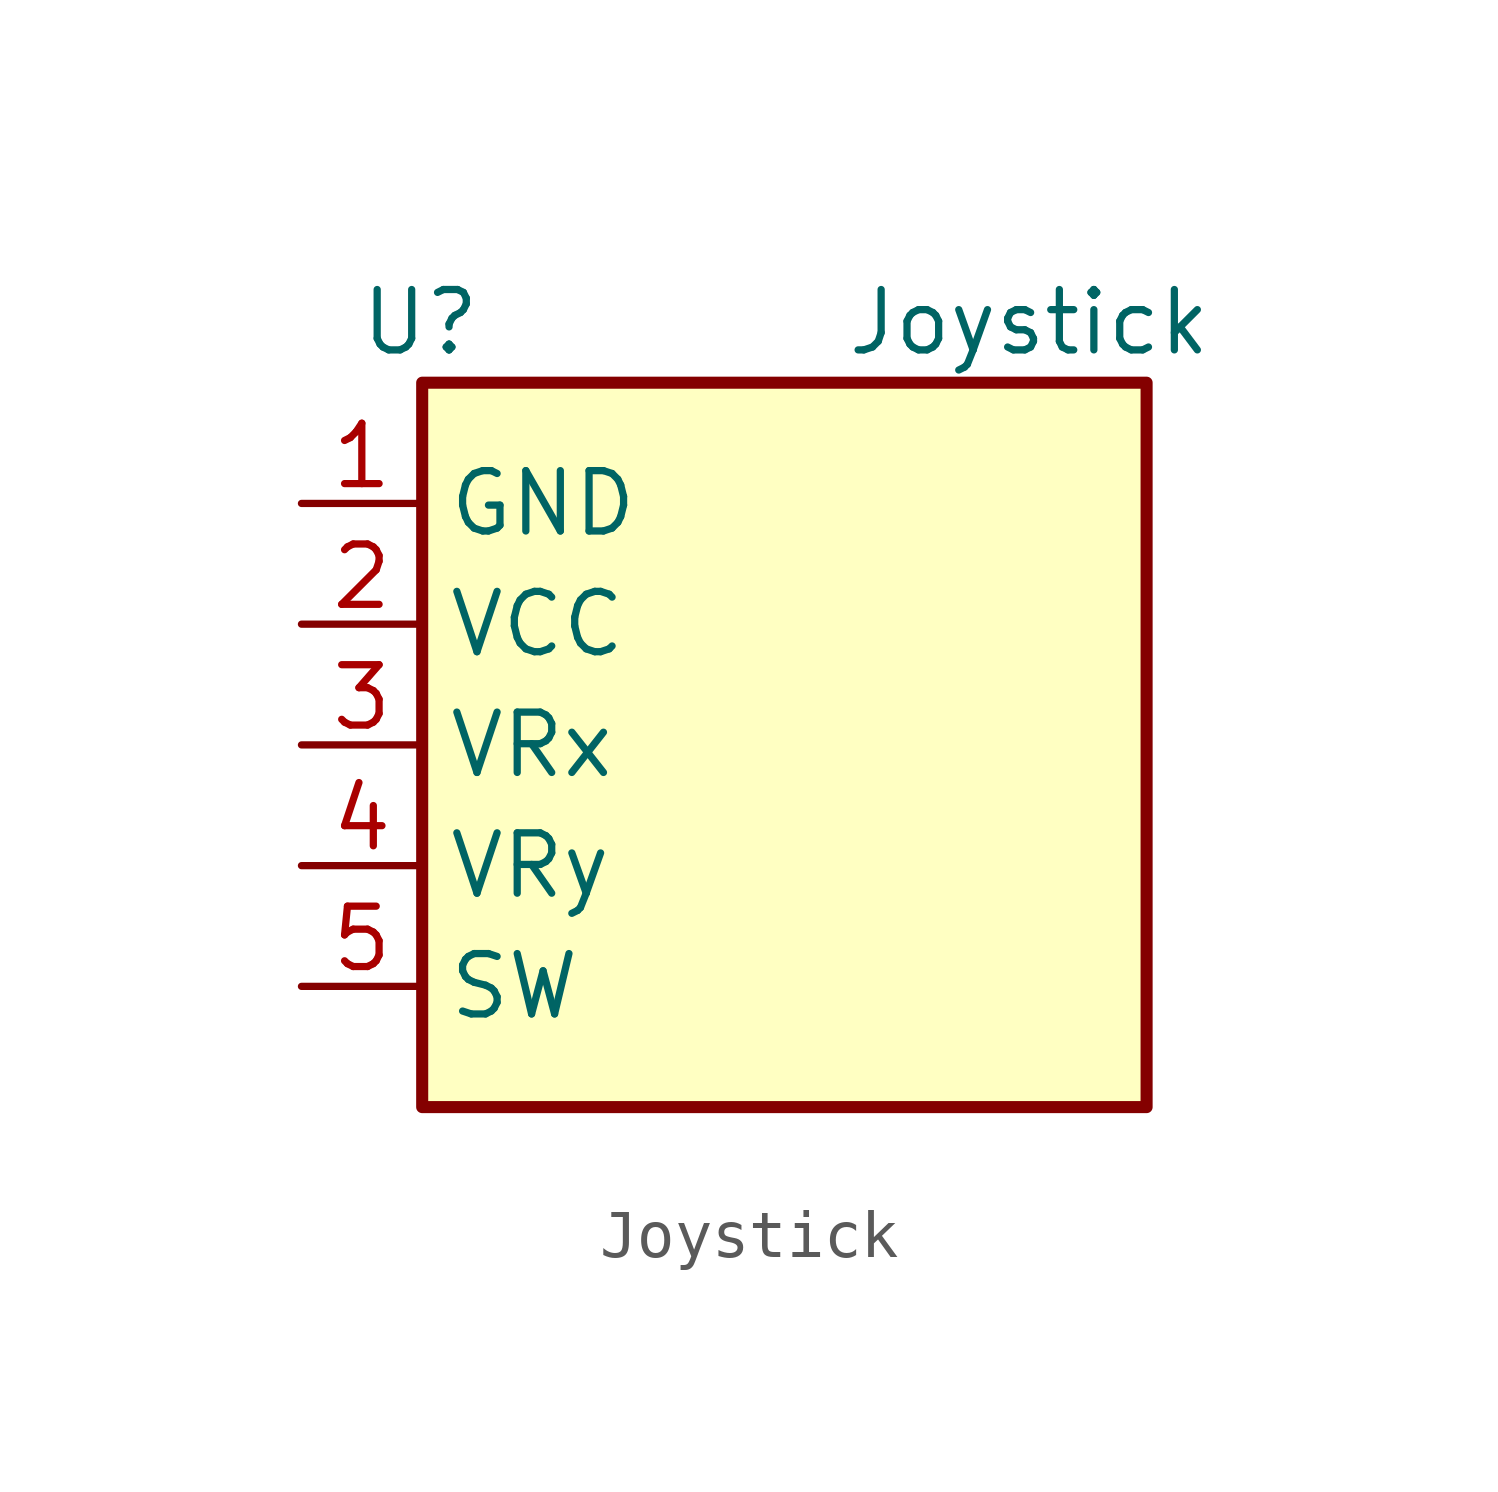
<source format=kicad_sym>
(kicad_symbol_lib
  (version 20211014)
  (generator kicad_symbol_editor)
  (symbol "Joystick"
    (property "Reference" "U"
      (at -6.35 8.89 0)
      (effects (font (size 1.27 1.27)) (justify right)))
    (property "Value" "Joystick"
      (at 1.27 8.89 0)
      (effects (font (size 1.27 1.27)) (justify left)))
    (symbol "Joystick_0_1"
      (rectangle (start -7.62 7.62) (end 7.62 -7.62) (stroke (width 0.254) (type default) (color 0 0 0 0)) (fill (type background))))
    (symbol "Joystick_1_1"
      (pin power_out line (at -10.16 5.08 0) (length 2.54) (name "GND" (effects (font (size 1.27 1.27)))) (number "1" (effects (font (size 1.27 1.27)))))
      (pin input line (at -10.16 2.54 0) (length 2.54) (name "VCC" (effects (font (size 1.27 1.27)))) (number "2" (effects (font (size 1.27 1.27)))))
      (pin bidirectional line (at -10.16 0 0) (length 2.54) (name "VRx" (effects (font (size 1.27 1.27)))) (number "3" (effects (font (size 1.27 1.27)))))
      (pin bidirectional line (at -10.16 -2.54 0) (length 2.54) (name "VRy" (effects (font (size 1.27 1.27)))) (number "4" (effects (font (size 1.27 1.27)))))
      (pin bidirectional line (at -10.16 -5.08 0) (length 2.54) (name "SW" (effects (font (size 1.27 1.27)))) (number "5" (effects (font (size 1.27 1.27))))))))
</source>
